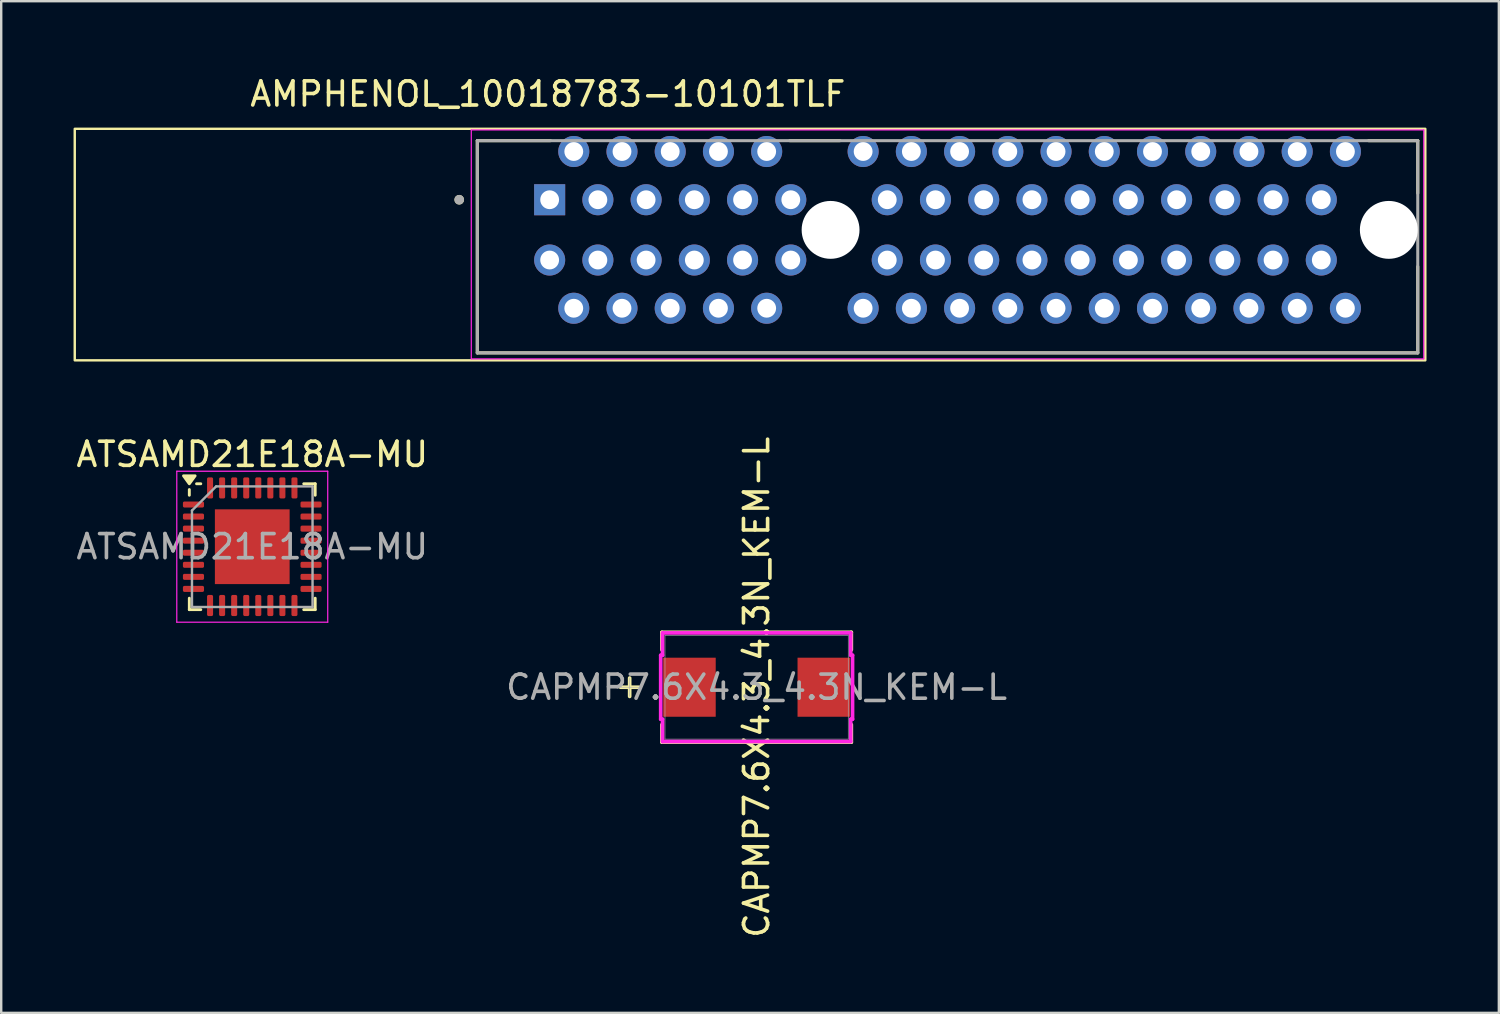
<source format=kicad_pcb>
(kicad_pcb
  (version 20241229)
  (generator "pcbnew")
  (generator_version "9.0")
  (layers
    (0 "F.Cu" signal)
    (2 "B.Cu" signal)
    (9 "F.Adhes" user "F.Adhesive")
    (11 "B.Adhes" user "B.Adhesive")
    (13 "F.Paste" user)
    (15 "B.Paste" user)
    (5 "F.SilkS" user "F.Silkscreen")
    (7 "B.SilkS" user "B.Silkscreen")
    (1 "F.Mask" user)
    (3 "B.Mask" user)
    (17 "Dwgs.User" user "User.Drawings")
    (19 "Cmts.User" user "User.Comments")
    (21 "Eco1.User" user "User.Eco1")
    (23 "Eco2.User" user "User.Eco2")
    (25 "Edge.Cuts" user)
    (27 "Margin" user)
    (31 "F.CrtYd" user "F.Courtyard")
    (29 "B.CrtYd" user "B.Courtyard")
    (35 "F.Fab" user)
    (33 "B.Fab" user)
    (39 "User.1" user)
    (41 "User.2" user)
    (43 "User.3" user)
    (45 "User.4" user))
  (footprint "ATSAMD21E18A-MU"
    (layer "F.Cu")
    (at 7.411 19.622)
    (property "Reference" "ATSAMD21E18A-MU" (at 0 -3.83 0) (layer "F.SilkS") (effects (font (size 1 1) (thickness 0.15))))
    (attr smd)
    (fp_line (start -2.61 -2.135) (end -2.61 -2.37) (stroke (width 0.12) (type solid)) (layer "F.SilkS"))
    (fp_line (start -2.61 2.61) (end -2.61 2.135) (stroke (width 0.12) (type solid)) (layer "F.SilkS"))
    (fp_line (start -2.135 -2.61) (end -2.31 -2.61) (stroke (width 0.12) (type solid)) (layer "F.SilkS"))
    (fp_line (start -2.135 2.61) (end -2.61 2.61) (stroke (width 0.12) (type solid)) (layer "F.SilkS"))
    (fp_line (start 2.135 -2.61) (end 2.61 -2.61) (stroke (width 0.12) (type solid)) (layer "F.SilkS"))
    (fp_line (start 2.135 2.61) (end 2.61 2.61) (stroke (width 0.12) (type solid)) (layer "F.SilkS"))
    (fp_line (start 2.61 -2.61) (end 2.61 -2.135) (stroke (width 0.12) (type solid)) (layer "F.SilkS"))
    (fp_line (start 2.61 2.61) (end 2.61 2.135) (stroke (width 0.12) (type solid)) (layer "F.SilkS"))
    (fp_poly (pts (xy -2.61 -2.61) (xy -2.85 -2.94) (xy -2.37 -2.94) (xy -2.61 -2.61)) (stroke (width 0.12) (type solid)) (fill yes) (layer "F.SilkS"))
    (fp_line (start -3.13 -3.13) (end -3.13 3.13) (stroke (width 0.05) (type solid)) (layer "F.CrtYd"))
    (fp_line (start -3.13 3.13) (end 3.13 3.13) (stroke (width 0.05) (type solid)) (layer "F.CrtYd"))
    (fp_line (start 3.13 -3.13) (end -3.13 -3.13) (stroke (width 0.05) (type solid)) (layer "F.CrtYd"))
    (fp_line (start 3.13 3.13) (end 3.13 -3.13) (stroke (width 0.05) (type solid)) (layer "F.CrtYd"))
    (fp_line (start -2.5 -1.5) (end -1.5 -2.5) (stroke (width 0.1) (type solid)) (layer "F.Fab"))
    (fp_line (start -2.5 2.5) (end -2.5 -1.5) (stroke (width 0.1) (type solid)) (layer "F.Fab"))
    (fp_line (start -1.5 -2.5) (end 2.5 -2.5) (stroke (width 0.1) (type solid)) (layer "F.Fab"))
    (fp_line (start 2.5 -2.5) (end 2.5 2.5) (stroke (width 0.1) (type solid)) (layer "F.Fab"))
    (fp_line (start 2.5 2.5) (end -2.5 2.5) (stroke (width 0.1) (type solid)) (layer "F.Fab"))
    (fp_text user "${REFERENCE}" (at 0 0 0) (layer "F.Fab") (effects (font (size 1 1) (thickness 0.15))))
    (pad "" smd roundrect (at -1.03 -1.03) (size 0.83 0.83) (layers "F.Paste") (roundrect_rratio 0.25))
    (pad "" smd roundrect (at -1.03 0) (size 0.83 0.83) (layers "F.Paste") (roundrect_rratio 0.25))
    (pad "" smd roundrect (at -1.03 1.03) (size 0.83 0.83) (layers "F.Paste") (roundrect_rratio 0.25))
    (pad "" smd roundrect (at 0 -1.03) (size 0.83 0.83) (layers "F.Paste") (roundrect_rratio 0.25))
    (pad "" smd roundrect (at 0 0) (size 0.83 0.83) (layers "F.Paste") (roundrect_rratio 0.25))
    (pad "" smd roundrect (at 0 1.03) (size 0.83 0.83) (layers "F.Paste") (roundrect_rratio 0.25))
    (pad "" smd roundrect (at 1.03 -1.03) (size 0.83 0.83) (layers "F.Paste") (roundrect_rratio 0.25))
    (pad "" smd roundrect (at 1.03 0) (size 0.83 0.83) (layers "F.Paste") (roundrect_rratio 0.25))
    (pad "" smd roundrect (at 1.03 1.03) (size 0.83 0.83) (layers "F.Paste") (roundrect_rratio 0.25))
    (pad "1" smd roundrect (at -2.438 -1.75) (size 0.875 0.25) (layers "F.Cu" "F.Mask" "F.Paste") (roundrect_rratio 0.25))
    (pad "2" smd roundrect (at -2.438 -1.25) (size 0.875 0.25) (layers "F.Cu" "F.Mask" "F.Paste") (roundrect_rratio 0.25))
    (pad "3" smd roundrect (at -2.438 -0.75) (size 0.875 0.25) (layers "F.Cu" "F.Mask" "F.Paste") (roundrect_rratio 0.25))
    (pad "4" smd roundrect (at -2.438 -0.25) (size 0.875 0.25) (layers "F.Cu" "F.Mask" "F.Paste") (roundrect_rratio 0.25))
    (pad "5" smd roundrect (at -2.438 0.25) (size 0.875 0.25) (layers "F.Cu" "F.Mask" "F.Paste") (roundrect_rratio 0.25))
    (pad "6" smd roundrect (at -2.438 0.75) (size 0.875 0.25) (layers "F.Cu" "F.Mask" "F.Paste") (roundrect_rratio 0.25))
    (pad "7" smd roundrect (at -2.438 1.25) (size 0.875 0.25) (layers "F.Cu" "F.Mask" "F.Paste") (roundrect_rratio 0.25))
    (pad "8" smd roundrect (at -2.438 1.75) (size 0.875 0.25) (layers "F.Cu" "F.Mask" "F.Paste") (roundrect_rratio 0.25))
    (pad "9" smd roundrect (at -1.75 2.438) (size 0.25 0.875) (layers "F.Cu" "F.Mask" "F.Paste") (roundrect_rratio 0.25))
    (pad "10" smd roundrect (at -1.25 2.438) (size 0.25 0.875) (layers "F.Cu" "F.Mask" "F.Paste") (roundrect_rratio 0.25))
    (pad "11" smd roundrect (at -0.75 2.438) (size 0.25 0.875) (layers "F.Cu" "F.Mask" "F.Paste") (roundrect_rratio 0.25))
    (pad "12" smd roundrect (at -0.25 2.438) (size 0.25 0.875) (layers "F.Cu" "F.Mask" "F.Paste") (roundrect_rratio 0.25))
    (pad "13" smd roundrect (at 0.25 2.438) (size 0.25 0.875) (layers "F.Cu" "F.Mask" "F.Paste") (roundrect_rratio 0.25))
    (pad "14" smd roundrect (at 0.75 2.438) (size 0.25 0.875) (layers "F.Cu" "F.Mask" "F.Paste") (roundrect_rratio 0.25))
    (pad "15" smd roundrect (at 1.25 2.438) (size 0.25 0.875) (layers "F.Cu" "F.Mask" "F.Paste") (roundrect_rratio 0.25))
    (pad "16" smd roundrect (at 1.75 2.438) (size 0.25 0.875) (layers "F.Cu" "F.Mask" "F.Paste") (roundrect_rratio 0.25))
    (pad "17" smd roundrect (at 2.438 1.75) (size 0.875 0.25) (layers "F.Cu" "F.Mask" "F.Paste") (roundrect_rratio 0.25))
    (pad "18" smd roundrect (at 2.438 1.25) (size 0.875 0.25) (layers "F.Cu" "F.Mask" "F.Paste") (roundrect_rratio 0.25))
    (pad "19" smd roundrect (at 2.438 0.75) (size 0.875 0.25) (layers "F.Cu" "F.Mask" "F.Paste") (roundrect_rratio 0.25))
    (pad "20" smd roundrect (at 2.438 0.25) (size 0.875 0.25) (layers "F.Cu" "F.Mask" "F.Paste") (roundrect_rratio 0.25))
    (pad "21" smd roundrect (at 2.438 -0.25) (size 0.875 0.25) (layers "F.Cu" "F.Mask" "F.Paste") (roundrect_rratio 0.25))
    (pad "22" smd roundrect (at 2.438 -0.75) (size 0.875 0.25) (layers "F.Cu" "F.Mask" "F.Paste") (roundrect_rratio 0.25))
    (pad "23" smd roundrect (at 2.438 -1.25) (size 0.875 0.25) (layers "F.Cu" "F.Mask" "F.Paste") (roundrect_rratio 0.25))
    (pad "24" smd roundrect (at 2.438 -1.75) (size 0.875 0.25) (layers "F.Cu" "F.Mask" "F.Paste") (roundrect_rratio 0.25))
    (pad "25" smd roundrect (at 1.75 -2.438) (size 0.25 0.875) (layers "F.Cu" "F.Mask" "F.Paste") (roundrect_rratio 0.25))
    (pad "26" smd roundrect (at 1.25 -2.438) (size 0.25 0.875) (layers "F.Cu" "F.Mask" "F.Paste") (roundrect_rratio 0.25))
    (pad "27" smd roundrect (at 0.75 -2.438) (size 0.25 0.875) (layers "F.Cu" "F.Mask" "F.Paste") (roundrect_rratio 0.25))
    (pad "28" smd rect (at 0 0) (size 3.1 3.1) (property pad_prop_heatsink) (layers "F.Cu" "F.Mask"))
    (pad "28" smd roundrect (at 0.25 -2.438) (size 0.25 0.875) (layers "F.Cu" "F.Mask" "F.Paste") (roundrect_rratio 0.25))
    (pad "29" smd roundrect (at -0.25 -2.438) (size 0.25 0.875) (layers "F.Cu" "F.Mask" "F.Paste") (roundrect_rratio 0.25))
    (pad "30" smd roundrect (at -0.75 -2.438) (size 0.25 0.875) (layers "F.Cu" "F.Mask" "F.Paste") (roundrect_rratio 0.25))
    (pad "31" smd roundrect (at -1.25 -2.438) (size 0.25 0.875) (layers "F.Cu" "F.Mask" "F.Paste") (roundrect_rratio 0.25))
    (pad "32" smd roundrect (at -1.75 -2.438) (size 0.25 0.875) (layers "F.Cu" "F.Mask" "F.Paste") (roundrect_rratio 0.25)))
  (footprint "AMPHENOL_10018783-10101TLF"
    (layer "F.Cu")
    (at 31.394 6.483)
    (property "Reference" "AMPHENOL_10018783-10101TLF" (at -11.725 -5.635 180) (layer "F.SilkS") (effects (font (size 1 1) (thickness 0.15))))
    (attr through_hole)
    (fp_line (start -14.65 -3.7) (end -11.614 -3.7) (stroke (width 0.127) (type solid)) (layer "F.SilkS"))
    (fp_line (start -14.65 5.1) (end -14.65 -3.7) (stroke (width 0.127) (type solid)) (layer "F.SilkS"))
    (fp_line (start -1.69 -3.7) (end 0.39 -3.7) (stroke (width 0.127) (type solid)) (layer "F.SilkS"))
    (fp_line (start 22.314 -3.7) (end 24.35 -3.7) (stroke (width 0.127) (type solid)) (layer "F.SilkS"))
    (fp_line (start 24.35 -3.7) (end 24.35 -1.52) (stroke (width 0.127) (type solid)) (layer "F.SilkS"))
    (fp_line (start 24.35 5.1) (end -14.65 5.1) (stroke (width 0.127) (type solid)) (layer "F.SilkS"))
    (fp_line (start 24.35 5.1) (end 24.35 1.52) (stroke (width 0.127) (type solid)) (layer "F.SilkS"))
    (fp_rect (start -31.344 -4.191) (end 24.663 5.41) (stroke (width 0.1) (type default)) (fill no) (layer "F.SilkS"))
    (fp_circle (center -15.4 -1.25) (end -15.3 -1.25) (stroke (width 0.2) (type solid)) (fill no) (layer "F.SilkS"))
    (fp_line (start -14.9 -4.144) (end -14.9 5.35) (stroke (width 0.05) (type solid)) (layer "F.CrtYd"))
    (fp_line (start -14.9 5.35) (end 24.6 5.35) (stroke (width 0.05) (type solid)) (layer "F.CrtYd"))
    (fp_line (start 24.6 -4.144) (end -14.9 -4.144) (stroke (width 0.05) (type solid)) (layer "F.CrtYd"))
    (fp_line (start 24.6 5.35) (end 24.6 -4.144) (stroke (width 0.05) (type solid)) (layer "F.CrtYd"))
    (fp_line (start -14.65 -3.7) (end 24.35 -3.7) (stroke (width 0.127) (type solid)) (layer "F.Fab"))
    (fp_line (start -14.65 5.1) (end -14.65 -3.7) (stroke (width 0.127) (type solid)) (layer "F.Fab"))
    (fp_line (start 24.35 -3.7) (end 24.35 5.1) (stroke (width 0.127) (type solid)) (layer "F.Fab"))
    (fp_line (start 24.35 5.1) (end -14.65 5.1) (stroke (width 0.127) (type solid)) (layer "F.Fab"))
    (fp_circle (center -15.4 -1.25) (end -15.3 -1.25) (stroke (width 0.2) (type solid)) (fill no) (layer "F.Fab"))
    (pad "" np_thru_hole circle (at 0 0) (size 2.4 2.4) (drill 2.4) (layers "*.Cu" "*.Mask"))
    (pad "" np_thru_hole circle (at 23.15 0) (size 2.4 2.4) (drill 2.4) (layers "*.Cu" "*.Mask"))
    (pad "A1" thru_hole rect (at -11.65 -1.25) (size 1.288 1.288) (drill 0.78) (layers "*.Cu" "*.Mask"))
    (pad "A2" thru_hole circle (at -10.65 -3.25) (size 1.288 1.288) (drill 0.78) (layers "*.Cu" "*.Mask"))
    (pad "A3" thru_hole circle (at -9.65 -1.25) (size 1.288 1.288) (drill 0.78) (layers "*.Cu" "*.Mask"))
    (pad "A4" thru_hole circle (at -8.65 -3.25) (size 1.288 1.288) (drill 0.78) (layers "*.Cu" "*.Mask"))
    (pad "A5" thru_hole circle (at -7.65 -1.25) (size 1.288 1.288) (drill 0.78) (layers "*.Cu" "*.Mask"))
    (pad "A6" thru_hole circle (at -6.65 -3.25) (size 1.288 1.288) (drill 0.78) (layers "*.Cu" "*.Mask"))
    (pad "A7" thru_hole circle (at -5.65 -1.25) (size 1.288 1.288) (drill 0.78) (layers "*.Cu" "*.Mask"))
    (pad "A8" thru_hole circle (at -4.65 -3.25) (size 1.288 1.288) (drill 0.78) (layers "*.Cu" "*.Mask"))
    (pad "A9" thru_hole circle (at -3.65 -1.25) (size 1.288 1.288) (drill 0.78) (layers "*.Cu" "*.Mask"))
    (pad "A10" thru_hole circle (at -2.65 -3.25) (size 1.288 1.288) (drill 0.78) (layers "*.Cu" "*.Mask"))
    (pad "A11" thru_hole circle (at -1.65 -1.25) (size 1.288 1.288) (drill 0.78) (layers "*.Cu" "*.Mask"))
    (pad "A12" thru_hole circle (at 1.35 -3.25) (size 1.288 1.288) (drill 0.78) (layers "*.Cu" "*.Mask"))
    (pad "A13" thru_hole circle (at 2.35 -1.25) (size 1.288 1.288) (drill 0.78) (layers "*.Cu" "*.Mask"))
    (pad "A14" thru_hole circle (at 3.35 -3.25) (size 1.288 1.288) (drill 0.78) (layers "*.Cu" "*.Mask"))
    (pad "A15" thru_hole circle (at 4.35 -1.25) (size 1.288 1.288) (drill 0.78) (layers "*.Cu" "*.Mask"))
    (pad "A16" thru_hole circle (at 5.35 -3.25) (size 1.288 1.288) (drill 0.78) (layers "*.Cu" "*.Mask"))
    (pad "A17" thru_hole circle (at 6.35 -1.25) (size 1.288 1.288) (drill 0.78) (layers "*.Cu" "*.Mask"))
    (pad "A18" thru_hole circle (at 7.35 -3.25) (size 1.288 1.288) (drill 0.78) (layers "*.Cu" "*.Mask"))
    (pad "A19" thru_hole circle (at 8.35 -1.25) (size 1.288 1.288) (drill 0.78) (layers "*.Cu" "*.Mask"))
    (pad "A20" thru_hole circle (at 9.35 -3.25) (size 1.288 1.288) (drill 0.78) (layers "*.Cu" "*.Mask"))
    (pad "A21" thru_hole circle (at 10.35 -1.25) (size 1.288 1.288) (drill 0.78) (layers "*.Cu" "*.Mask"))
    (pad "A22" thru_hole circle (at 11.35 -3.25) (size 1.288 1.288) (drill 0.78) (layers "*.Cu" "*.Mask"))
    (pad "A23" thru_hole circle (at 12.35 -1.25) (size 1.288 1.288) (drill 0.78) (layers "*.Cu" "*.Mask"))
    (pad "A24" thru_hole circle (at 13.35 -3.25) (size 1.288 1.288) (drill 0.78) (layers "*.Cu" "*.Mask"))
    (pad "A25" thru_hole circle (at 14.35 -1.25) (size 1.288 1.288) (drill 0.78) (layers "*.Cu" "*.Mask"))
    (pad "A26" thru_hole circle (at 15.35 -3.25) (size 1.288 1.288) (drill 0.78) (layers "*.Cu" "*.Mask"))
    (pad "A27" thru_hole circle (at 16.35 -1.25) (size 1.288 1.288) (drill 0.78) (layers "*.Cu" "*.Mask"))
    (pad "A28" thru_hole circle (at 17.35 -3.25) (size 1.288 1.288) (drill 0.78) (layers "*.Cu" "*.Mask"))
    (pad "A29" thru_hole circle (at 18.35 -1.25) (size 1.288 1.288) (drill 0.78) (layers "*.Cu" "*.Mask"))
    (pad "A30" thru_hole circle (at 19.35 -3.25) (size 1.288 1.288) (drill 0.78) (layers "*.Cu" "*.Mask"))
    (pad "A31" thru_hole circle (at 20.35 -1.25) (size 1.288 1.288) (drill 0.78) (layers "*.Cu" "*.Mask"))
    (pad "A32" thru_hole circle (at 21.35 -3.25) (size 1.288 1.288) (drill 0.78) (layers "*.Cu" "*.Mask"))
    (pad "B1" thru_hole circle (at -11.65 1.25) (size 1.288 1.288) (drill 0.78) (layers "*.Cu" "*.Mask"))
    (pad "B2" thru_hole circle (at -10.65 3.25) (size 1.288 1.288) (drill 0.78) (layers "*.Cu" "*.Mask"))
    (pad "B3" thru_hole circle (at -9.65 1.25) (size 1.288 1.288) (drill 0.78) (layers "*.Cu" "*.Mask"))
    (pad "B4" thru_hole circle (at -8.65 3.25) (size 1.288 1.288) (drill 0.78) (layers "*.Cu" "*.Mask"))
    (pad "B5" thru_hole circle (at -7.65 1.25) (size 1.288 1.288) (drill 0.78) (layers "*.Cu" "*.Mask"))
    (pad "B6" thru_hole circle (at -6.65 3.25) (size 1.288 1.288) (drill 0.78) (layers "*.Cu" "*.Mask"))
    (pad "B7" thru_hole circle (at -5.65 1.25) (size 1.288 1.288) (drill 0.78) (layers "*.Cu" "*.Mask"))
    (pad "B8" thru_hole circle (at -4.65 3.25) (size 1.288 1.288) (drill 0.78) (layers "*.Cu" "*.Mask"))
    (pad "B9" thru_hole circle (at -3.65 1.25) (size 1.288 1.288) (drill 0.78) (layers "*.Cu" "*.Mask"))
    (pad "B10" thru_hole circle (at -2.65 3.25) (size 1.288 1.288) (drill 0.78) (layers "*.Cu" "*.Mask"))
    (pad "B11" thru_hole circle (at -1.65 1.25) (size 1.288 1.288) (drill 0.78) (layers "*.Cu" "*.Mask"))
    (pad "B12" thru_hole circle (at 1.35 3.25) (size 1.288 1.288) (drill 0.78) (layers "*.Cu" "*.Mask"))
    (pad "B13" thru_hole circle (at 2.35 1.25) (size 1.288 1.288) (drill 0.78) (layers "*.Cu" "*.Mask"))
    (pad "B14" thru_hole circle (at 3.35 3.25) (size 1.288 1.288) (drill 0.78) (layers "*.Cu" "*.Mask"))
    (pad "B15" thru_hole circle (at 4.35 1.25) (size 1.288 1.288) (drill 0.78) (layers "*.Cu" "*.Mask"))
    (pad "B16" thru_hole circle (at 5.35 3.25) (size 1.288 1.288) (drill 0.78) (layers "*.Cu" "*.Mask"))
    (pad "B17" thru_hole circle (at 6.35 1.25) (size 1.288 1.288) (drill 0.78) (layers "*.Cu" "*.Mask"))
    (pad "B18" thru_hole circle (at 7.35 3.25) (size 1.288 1.288) (drill 0.78) (layers "*.Cu" "*.Mask"))
    (pad "B19" thru_hole circle (at 8.35 1.25) (size 1.288 1.288) (drill 0.78) (layers "*.Cu" "*.Mask"))
    (pad "B20" thru_hole circle (at 9.35 3.25) (size 1.288 1.288) (drill 0.78) (layers "*.Cu" "*.Mask"))
    (pad "B21" thru_hole circle (at 10.35 1.25) (size 1.288 1.288) (drill 0.78) (layers "*.Cu" "*.Mask"))
    (pad "B22" thru_hole circle (at 11.35 3.25) (size 1.288 1.288) (drill 0.78) (layers "*.Cu" "*.Mask"))
    (pad "B23" thru_hole circle (at 12.35 1.25) (size 1.288 1.288) (drill 0.78) (layers "*.Cu" "*.Mask"))
    (pad "B24" thru_hole circle (at 13.35 3.25) (size 1.288 1.288) (drill 0.78) (layers "*.Cu" "*.Mask"))
    (pad "B25" thru_hole circle (at 14.35 1.25) (size 1.288 1.288) (drill 0.78) (layers "*.Cu" "*.Mask"))
    (pad "B26" thru_hole circle (at 15.35 3.25) (size 1.288 1.288) (drill 0.78) (layers "*.Cu" "*.Mask"))
    (pad "B27" thru_hole circle (at 16.35 1.25) (size 1.288 1.288) (drill 0.78) (layers "*.Cu" "*.Mask"))
    (pad "B28" thru_hole circle (at 17.35 3.25) (size 1.288 1.288) (drill 0.78) (layers "*.Cu" "*.Mask"))
    (pad "B29" thru_hole circle (at 18.35 1.25) (size 1.288 1.288) (drill 0.78) (layers "*.Cu" "*.Mask"))
    (pad "B30" thru_hole circle (at 19.35 3.25) (size 1.288 1.288) (drill 0.78) (layers "*.Cu" "*.Mask"))
    (pad "B31" thru_hole circle (at 20.35 1.25) (size 1.288 1.288) (drill 0.78) (layers "*.Cu" "*.Mask"))
    (pad "B32" thru_hole circle (at 21.35 3.25) (size 1.288 1.288) (drill 0.78) (layers "*.Cu" "*.Mask")))
  (footprint "CAPMP7.6X4.3_4.3N_KEM-L"
    (layer "F.Cu")
    (at 28.327 25.449)
    (property "Reference" "CAPMP7.6X4.3_4.3N_KEM-L" (at 0 0 90) (unlocked yes) (layer "F.SilkS") (effects (font (size 1 1) (thickness 0.15))))
    (attr smd)
    (fp_line (start -5.265 -0.381) (end -5.265 0.381) (stroke (width 0.152) (type solid)) (layer "F.SilkS"))
    (fp_line (start -4.884 0) (end -5.646 0) (stroke (width 0.152) (type solid)) (layer "F.SilkS"))
    (fp_line (start -3.927 -2.277) (end -3.927 -1.553) (stroke (width 0.152) (type solid)) (layer "F.SilkS"))
    (fp_line (start -3.927 1.553) (end -3.927 2.277) (stroke (width 0.152) (type solid)) (layer "F.SilkS"))
    (fp_line (start -3.927 2.277) (end 3.927 2.277) (stroke (width 0.152) (type solid)) (layer "F.SilkS"))
    (fp_line (start 3.927 -2.277) (end -3.927 -2.277) (stroke (width 0.152) (type solid)) (layer "F.SilkS"))
    (fp_line (start 3.927 -1.553) (end 3.927 -2.277) (stroke (width 0.152) (type solid)) (layer "F.SilkS"))
    (fp_line (start 3.927 2.277) (end 3.927 1.553) (stroke (width 0.152) (type solid)) (layer "F.SilkS"))
    (fp_line (start -3.978 -1.326) (end -3.902 -1.326) (stroke (width 0.152) (type solid)) (layer "F.CrtYd"))
    (fp_line (start -3.978 1.326) (end -3.978 -1.326) (stroke (width 0.152) (type solid)) (layer "F.CrtYd"))
    (fp_line (start -3.902 -2.252) (end 3.902 -2.252) (stroke (width 0.152) (type solid)) (layer "F.CrtYd"))
    (fp_line (start -3.902 -1.326) (end -3.902 -2.252) (stroke (width 0.152) (type solid)) (layer "F.CrtYd"))
    (fp_line (start -3.902 1.326) (end -3.978 1.326) (stroke (width 0.152) (type solid)) (layer "F.CrtYd"))
    (fp_line (start -3.902 2.252) (end -3.902 1.326) (stroke (width 0.152) (type solid)) (layer "F.CrtYd"))
    (fp_line (start 3.902 -2.252) (end 3.902 -1.326) (stroke (width 0.152) (type solid)) (layer "F.CrtYd"))
    (fp_line (start 3.902 -1.326) (end 3.978 -1.326) (stroke (width 0.152) (type solid)) (layer "F.CrtYd"))
    (fp_line (start 3.902 1.326) (end 3.902 2.252) (stroke (width 0.152) (type solid)) (layer "F.CrtYd"))
    (fp_line (start 3.902 2.252) (end -3.902 2.252) (stroke (width 0.152) (type solid)) (layer "F.CrtYd"))
    (fp_line (start 3.978 -1.326) (end 3.978 1.326) (stroke (width 0.152) (type solid)) (layer "F.CrtYd"))
    (fp_line (start 3.978 1.326) (end 3.902 1.326) (stroke (width 0.152) (type solid)) (layer "F.CrtYd"))
    (fp_line (start -5.265 -0.381) (end -5.265 0.381) (stroke (width 0.025) (type solid)) (layer "F.Fab"))
    (fp_line (start -4.884 0) (end -5.646 0) (stroke (width 0.025) (type solid)) (layer "F.Fab"))
    (fp_line (start -3.8 -2.15) (end -3.8 2.15) (stroke (width 0.025) (type solid)) (layer "F.Fab"))
    (fp_line (start -3.8 2.15) (end 3.8 2.15) (stroke (width 0.025) (type solid)) (layer "F.Fab"))
    (fp_line (start 3.8 -2.15) (end -3.8 -2.15) (stroke (width 0.025) (type solid)) (layer "F.Fab"))
    (fp_line (start 3.8 2.15) (end 3.8 -2.15) (stroke (width 0.025) (type solid)) (layer "F.Fab"))
    (fp_text user "${REFERENCE}" (at 0 0 0) (unlocked yes) (layer "F.Fab") (effects (font (size 1 1) (thickness 0.15))))
    (pad "1" smd rect (at -2.786 0 90) (size 2.449 2.179) (layers "F.Cu" "F.Mask" "F.Paste"))
    (pad "2" smd rect (at 2.786 0 90) (size 2.449 2.179) (layers "F.Cu" "F.Mask" "F.Paste")))
  (gr_rect
    (start -3 -3)
    (end 59.107 38.955)
    (stroke (width 0.1) (type default))
    (fill no)
    (layer "Edge.Cuts")))
</source>
